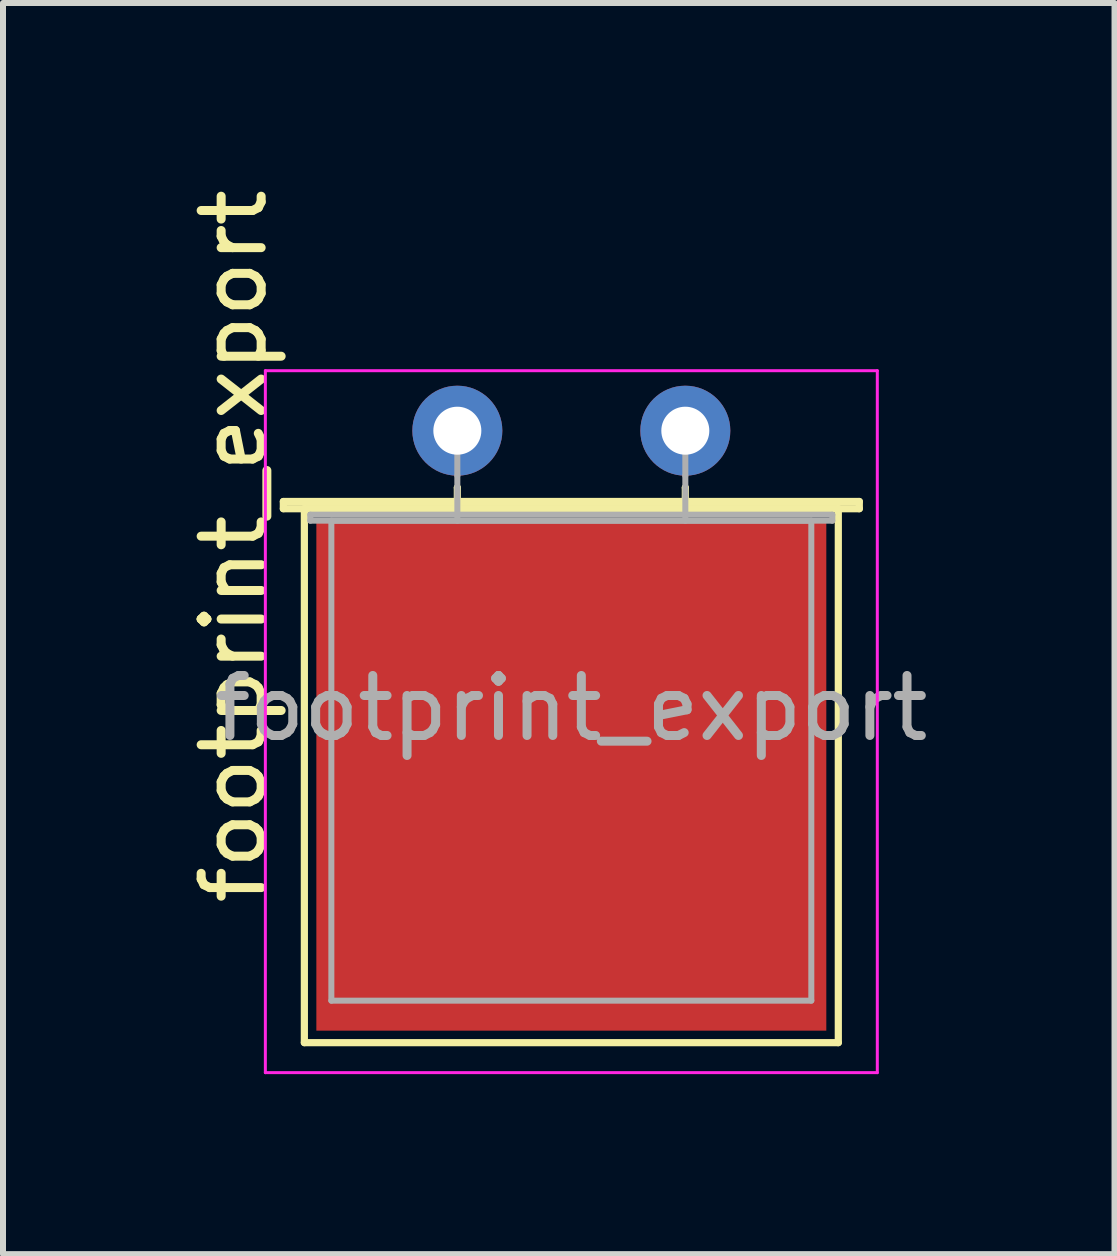
<source format=kicad_pcb>
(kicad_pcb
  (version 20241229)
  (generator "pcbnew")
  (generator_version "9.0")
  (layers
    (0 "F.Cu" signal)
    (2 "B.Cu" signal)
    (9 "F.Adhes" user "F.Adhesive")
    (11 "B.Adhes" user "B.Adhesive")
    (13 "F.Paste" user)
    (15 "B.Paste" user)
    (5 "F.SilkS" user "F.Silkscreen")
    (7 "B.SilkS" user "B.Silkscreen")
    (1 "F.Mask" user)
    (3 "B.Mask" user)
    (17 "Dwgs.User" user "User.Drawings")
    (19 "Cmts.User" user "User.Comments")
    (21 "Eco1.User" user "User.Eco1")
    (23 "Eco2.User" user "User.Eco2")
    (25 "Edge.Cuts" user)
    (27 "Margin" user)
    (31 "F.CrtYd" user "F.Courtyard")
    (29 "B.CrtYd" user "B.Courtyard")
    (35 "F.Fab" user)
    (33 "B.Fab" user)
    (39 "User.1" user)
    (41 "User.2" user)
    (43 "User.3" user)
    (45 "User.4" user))
  (footprint "footprint_export"
    (layer "F.Cu")
    (at 4.573 4.129)
    (property "Reference" "footprint_export" (at -3.725 1.925 90) (layer "F.SilkS") (effects (font (size 1 1) (thickness 0.15))))
    (attr through_hole)
    (fp_line (start -2.9 1.18) (end 6.7 1.18) (stroke (width 0.12) (type solid)) (layer "F.SilkS"))
    (fp_line (start -2.9 1.3) (end -2.9 1.18) (stroke (width 0.12) (type solid)) (layer "F.SilkS"))
    (fp_line (start -2.55 1.3) (end -2.55 10.2) (stroke (width 0.12) (type solid)) (layer "F.SilkS"))
    (fp_line (start -2.55 10.2) (end 6.35 10.2) (stroke (width 0.12) (type solid)) (layer "F.SilkS"))
    (fp_line (start 0 0.95) (end 0 0.95) (stroke (width 0.12) (type solid)) (layer "F.SilkS"))
    (fp_line (start 0 1.3) (end 0 0.95) (stroke (width 0.12) (type solid)) (layer "F.SilkS"))
    (fp_line (start 3.8 0.95) (end 3.8 0.95) (stroke (width 0.12) (type solid)) (layer "F.SilkS"))
    (fp_line (start 3.8 1.3) (end 3.8 0.95) (stroke (width 0.12) (type solid)) (layer "F.SilkS"))
    (fp_line (start 6.35 1.3) (end -2.55 1.3) (stroke (width 0.12) (type solid)) (layer "F.SilkS"))
    (fp_line (start 6.35 10.2) (end 6.35 1.3) (stroke (width 0.12) (type solid)) (layer "F.SilkS"))
    (fp_line (start 6.7 1.18) (end 6.7 1.3) (stroke (width 0.12) (type solid)) (layer "F.SilkS"))
    (fp_line (start 6.7 1.3) (end -2.9 1.3) (stroke (width 0.12) (type solid)) (layer "F.SilkS"))
    (fp_line (start -3.2 -1) (end -3.2 10.7) (stroke (width 0.05) (type solid)) (layer "F.CrtYd"))
    (fp_line (start -3.2 10.7) (end 7 10.7) (stroke (width 0.05) (type solid)) (layer "F.CrtYd"))
    (fp_line (start 7 -1) (end -3.2 -1) (stroke (width 0.05) (type solid)) (layer "F.CrtYd"))
    (fp_line (start 7 10.7) (end 7 -1) (stroke (width 0.05) (type solid)) (layer "F.CrtYd"))
    (fp_line (start -2.45 1.4) (end 6.25 1.4) (stroke (width 0.1) (type solid)) (layer "F.Fab"))
    (fp_line (start -2.45 1.5) (end -2.45 1.4) (stroke (width 0.1) (type solid)) (layer "F.Fab"))
    (fp_line (start -2.1 1.5) (end -2.1 9.5) (stroke (width 0.1) (type solid)) (layer "F.Fab"))
    (fp_line (start -2.1 9.5) (end 5.9 9.5) (stroke (width 0.1) (type solid)) (layer "F.Fab"))
    (fp_line (start 0 0.75) (end 0 0) (stroke (width 0.1) (type solid)) (layer "F.Fab"))
    (fp_line (start 0 1.5) (end 0 0.75) (stroke (width 0.1) (type solid)) (layer "F.Fab"))
    (fp_line (start 3.8 0.75) (end 3.8 0) (stroke (width 0.1) (type solid)) (layer "F.Fab"))
    (fp_line (start 3.8 1.5) (end 3.8 0.75) (stroke (width 0.1) (type solid)) (layer "F.Fab"))
    (fp_line (start 5.9 1.5) (end -2.1 1.5) (stroke (width 0.1) (type solid)) (layer "F.Fab"))
    (fp_line (start 5.9 9.5) (end 5.9 1.5) (stroke (width 0.1) (type solid)) (layer "F.Fab"))
    (fp_line (start 6.25 1.4) (end 6.25 1.5) (stroke (width 0.1) (type solid)) (layer "F.Fab"))
    (fp_line (start 6.25 1.5) (end -2.45 1.5) (stroke (width 0.1) (type solid)) (layer "F.Fab"))
    (fp_text user "${REFERENCE}" (at 1.9 4.625 0) (layer "F.Fab") (effects (font (size 1 1) (thickness 0.15))))
    (pad "1" thru_hole circle (at 0 0) (size 1.5 1.5) (drill 0.8) (layers "*.Cu" "*.Mask"))
    (pad "2" thru_hole circle (at 3.8 0) (size 1.5 1.5) (drill 0.8) (layers "*.Cu" "*.Mask"))
    (pad "3" smd rect (at 1.9 5.75) (size 8.5 8.5) (layers "F.Cu" "F.Mask" "F.Paste")))
  (gr_rect
    (start -3 -3)
    (end 15.527 17.854)
    (stroke (width 0.1) (type default))
    (fill no)
    (layer "Edge.Cuts")))
</source>
